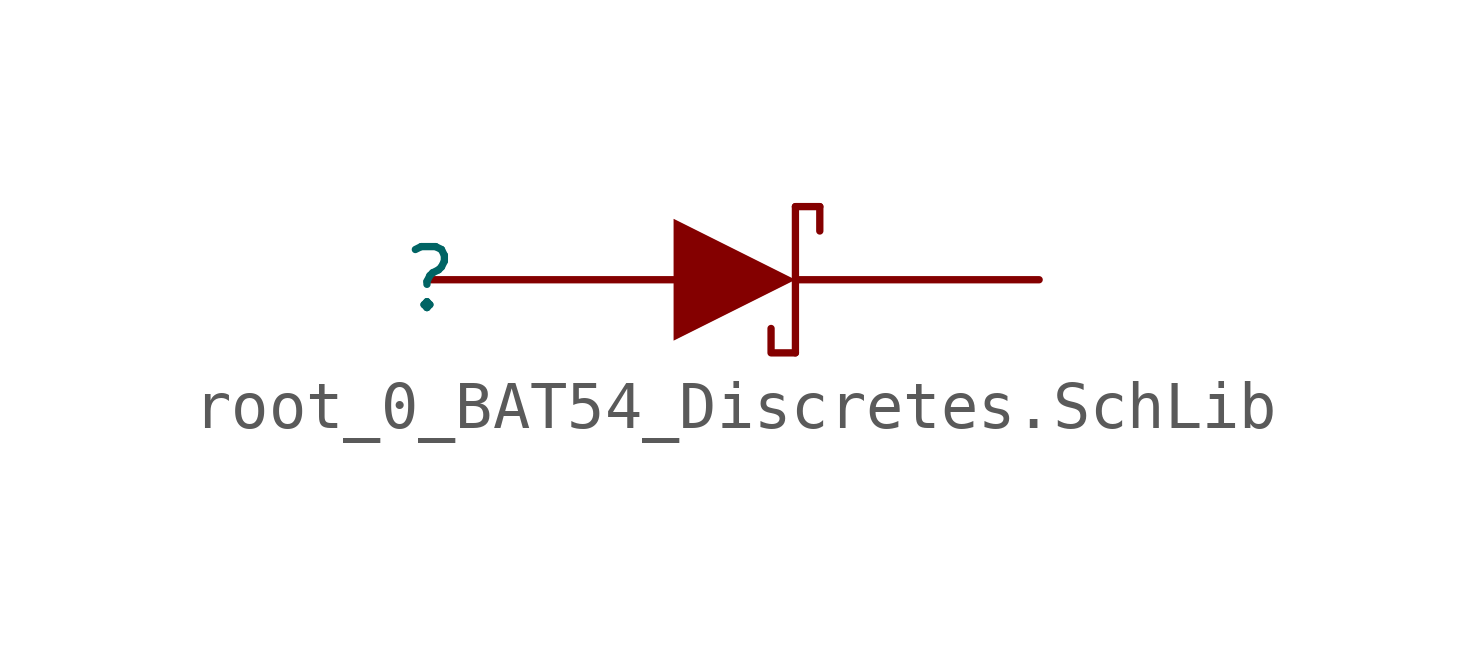
<source format=kicad_sym>
(kicad_symbol_lib
  (version 20241209)
  (generator "kicad_symbol_editor")
  (generator_version "9.0")
  (symbol "root_0_BAT54_Discretes.SchLib"
    (pin_numbers
      (hide yes))
    (pin_names
      (hide yes))
    (property "Reference" ""
      (at 0 0 0)
      (effects (font (size 1.27 1.27))))
    (property "Value" ""
      (at 0 0 0)
      (effects (font (size 1.27 1.27))))
    (symbol "root_0_BAT54_Discretes.SchLib_1_0"
      (polyline (pts (xy 5.08 -1.27) (xy 7.62 0) (xy 5.08 1.27) (xy 5.08 -1.27)) (stroke (width -0.0001) (type solid)) (fill (type outline)))
      (polyline (pts (xy 7.62 1.524) (xy 7.62 -1.524)) (stroke (width 0) (type solid)) (fill (type none)))
      (polyline (pts (xy 7.62 1.524) (xy 8.128 1.524)) (stroke (width 0) (type solid)) (fill (type none)))
      (polyline (pts (xy 7.62 -1.524) (xy 7.112 -1.524) (xy 7.112 -1.016)) (stroke (width 0) (type solid)) (fill (type none)))
      (polyline (pts (xy 8.128 1.524) (xy 8.128 1.016)) (stroke (width 0) (type solid)) (fill (type none)))
      (pin passive line (at 0 0 0) (length 5.08) (name "A" (effects (font (size 1.27 1.27)))) (number "1" (effects (font (size 1.27 1.27)))))
      (pin passive line (at 12.7 0 180) (length 5.08) (name "K" (effects (font (size 1.27 1.27)))) (number "3" (effects (font (size 1.27 1.27))))))))
</source>
